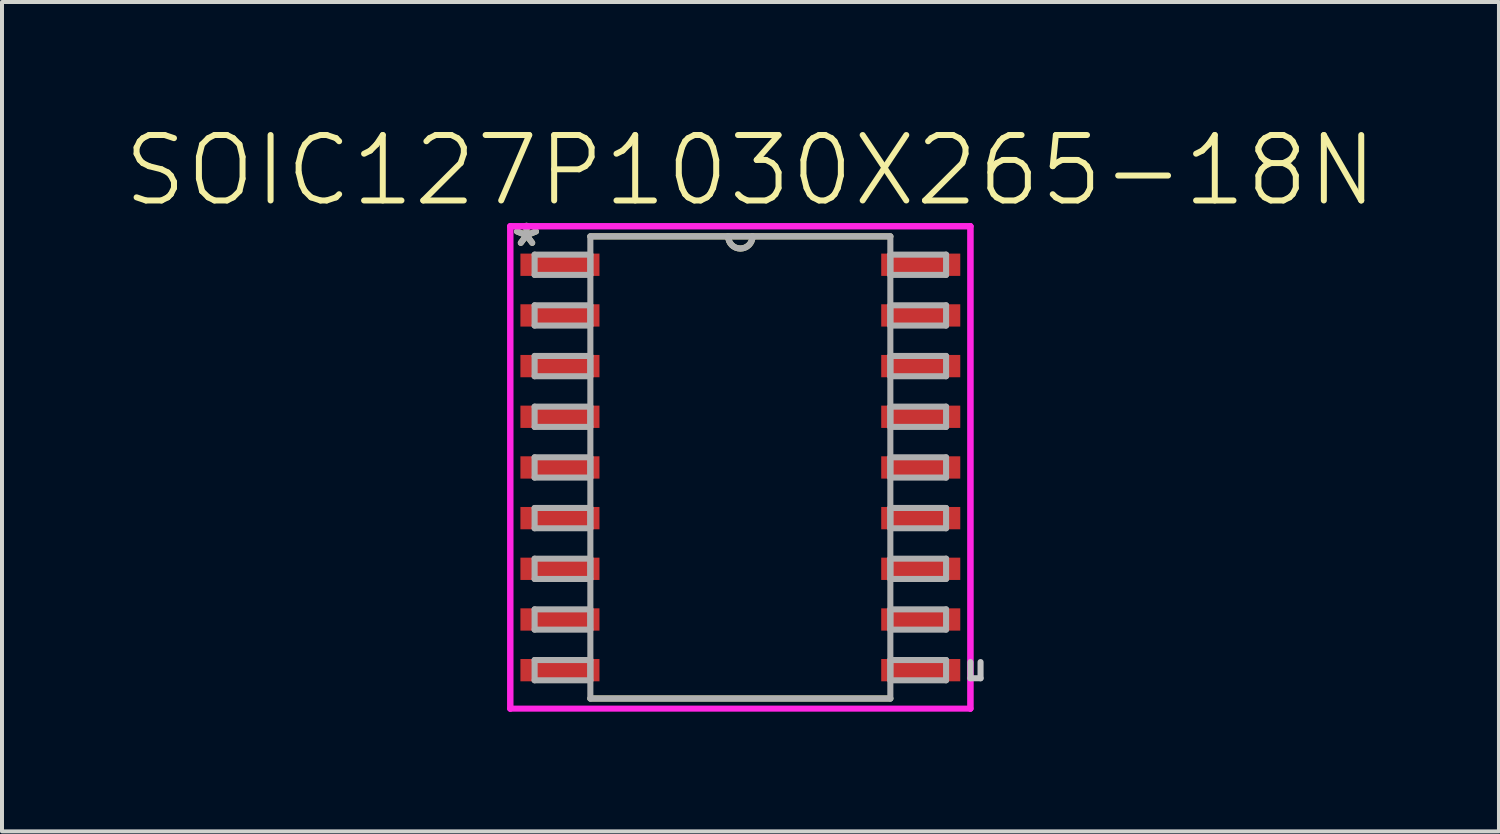
<source format=kicad_pcb>
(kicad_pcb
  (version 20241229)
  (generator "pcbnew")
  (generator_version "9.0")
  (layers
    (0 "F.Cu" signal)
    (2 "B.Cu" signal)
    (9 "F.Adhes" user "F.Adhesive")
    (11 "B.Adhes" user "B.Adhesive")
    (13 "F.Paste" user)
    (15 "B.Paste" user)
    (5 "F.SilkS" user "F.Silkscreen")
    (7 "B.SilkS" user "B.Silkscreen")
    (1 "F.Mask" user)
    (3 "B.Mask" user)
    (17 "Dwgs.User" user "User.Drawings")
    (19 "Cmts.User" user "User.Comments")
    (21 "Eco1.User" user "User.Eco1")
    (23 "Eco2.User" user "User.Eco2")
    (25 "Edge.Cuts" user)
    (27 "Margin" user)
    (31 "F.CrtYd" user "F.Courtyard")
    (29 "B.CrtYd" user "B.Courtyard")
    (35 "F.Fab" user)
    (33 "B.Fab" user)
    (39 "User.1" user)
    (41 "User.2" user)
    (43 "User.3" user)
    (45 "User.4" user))
  (footprint "SOIC127P1030X265-18N"
    (layer "F.Cu")
    (at 15.504 8.665)
    (property "Reference" "SOIC127P1030X265-18N" (at 0.254 -7.442 0) (layer "F.SilkS") (effects (font (size 1.64 1.64) (thickness 0.15))))
    (attr through_hole)
    (fp_line (start -3.759 5.791) (end 3.759 5.791) (stroke (width 0.152) (type solid)) (layer "F.SilkS"))
    (fp_line (start 3.759 -5.791) (end -3.759 -5.791) (stroke (width 0.152) (type solid)) (layer "F.SilkS"))
    (fp_arc (start 0.3048 -5.7912) (mid 0 -5.4864) (end -0.3048 -5.7912) (stroke (width 0.1524) (type solid)) (layer "F.SilkS"))
    (fp_line (start 5.766 5.283) (end 5.766 4.877) (stroke (width 0.152) (type solid)) (layer "Dwgs.User"))
    (fp_line (start 6.02 4.877) (end 6.02 5.283) (stroke (width 0.152) (type solid)) (layer "Dwgs.User"))
    (fp_line (start 6.02 5.283) (end 5.766 5.283) (stroke (width 0.152) (type solid)) (layer "Dwgs.User"))
    (fp_line (start -5.766 -6.045) (end 5.766 -6.045) (stroke (width 0.152) (type solid)) (layer "F.CrtYd"))
    (fp_line (start -5.766 -6.045) (end 5.766 -6.045) (stroke (width 0.152) (type solid)) (layer "F.CrtYd"))
    (fp_line (start -5.766 6.045) (end -5.766 -6.045) (stroke (width 0.152) (type solid)) (layer "F.CrtYd"))
    (fp_line (start -5.766 6.045) (end -5.766 -6.045) (stroke (width 0.152) (type solid)) (layer "F.CrtYd"))
    (fp_line (start 5.766 -6.045) (end 5.766 6.045) (stroke (width 0.152) (type solid)) (layer "F.CrtYd"))
    (fp_line (start 5.766 -6.045) (end 5.766 6.045) (stroke (width 0.152) (type solid)) (layer "F.CrtYd"))
    (fp_line (start 5.766 6.045) (end -5.766 6.045) (stroke (width 0.152) (type solid)) (layer "F.CrtYd"))
    (fp_line (start -5.156 -5.334) (end -5.156 -4.826) (stroke (width 0.152) (type solid)) (layer "F.Fab"))
    (fp_line (start -5.156 -4.826) (end -3.759 -4.826) (stroke (width 0.152) (type solid)) (layer "F.Fab"))
    (fp_line (start -5.156 -4.064) (end -5.156 -3.556) (stroke (width 0.152) (type solid)) (layer "F.Fab"))
    (fp_line (start -5.156 -3.556) (end -3.759 -3.556) (stroke (width 0.152) (type solid)) (layer "F.Fab"))
    (fp_line (start -5.156 -2.794) (end -5.156 -2.286) (stroke (width 0.152) (type solid)) (layer "F.Fab"))
    (fp_line (start -5.156 -2.286) (end -3.759 -2.286) (stroke (width 0.152) (type solid)) (layer "F.Fab"))
    (fp_line (start -5.156 -1.524) (end -5.156 -1.016) (stroke (width 0.152) (type solid)) (layer "F.Fab"))
    (fp_line (start -5.156 -1.016) (end -3.759 -1.016) (stroke (width 0.152) (type solid)) (layer "F.Fab"))
    (fp_line (start -5.156 -0.254) (end -5.156 0.254) (stroke (width 0.152) (type solid)) (layer "F.Fab"))
    (fp_line (start -5.156 0.254) (end -3.759 0.254) (stroke (width 0.152) (type solid)) (layer "F.Fab"))
    (fp_line (start -5.156 1.016) (end -5.156 1.524) (stroke (width 0.152) (type solid)) (layer "F.Fab"))
    (fp_line (start -5.156 1.524) (end -3.759 1.524) (stroke (width 0.152) (type solid)) (layer "F.Fab"))
    (fp_line (start -5.156 2.286) (end -5.156 2.794) (stroke (width 0.152) (type solid)) (layer "F.Fab"))
    (fp_line (start -5.156 2.794) (end -3.759 2.794) (stroke (width 0.152) (type solid)) (layer "F.Fab"))
    (fp_line (start -5.156 3.556) (end -5.156 4.064) (stroke (width 0.152) (type solid)) (layer "F.Fab"))
    (fp_line (start -5.156 4.064) (end -3.759 4.064) (stroke (width 0.152) (type solid)) (layer "F.Fab"))
    (fp_line (start -5.156 4.826) (end -5.156 5.334) (stroke (width 0.152) (type solid)) (layer "F.Fab"))
    (fp_line (start -5.156 5.334) (end -3.759 5.334) (stroke (width 0.152) (type solid)) (layer "F.Fab"))
    (fp_line (start -3.759 -5.791) (end -3.759 5.791) (stroke (width 0.152) (type solid)) (layer "F.Fab"))
    (fp_line (start -3.759 -5.334) (end -5.156 -5.334) (stroke (width 0.152) (type solid)) (layer "F.Fab"))
    (fp_line (start -3.759 -4.826) (end -3.759 -5.334) (stroke (width 0.152) (type solid)) (layer "F.Fab"))
    (fp_line (start -3.759 -4.064) (end -5.156 -4.064) (stroke (width 0.152) (type solid)) (layer "F.Fab"))
    (fp_line (start -3.759 -3.556) (end -3.759 -4.064) (stroke (width 0.152) (type solid)) (layer "F.Fab"))
    (fp_line (start -3.759 -2.794) (end -5.156 -2.794) (stroke (width 0.152) (type solid)) (layer "F.Fab"))
    (fp_line (start -3.759 -2.286) (end -3.759 -2.794) (stroke (width 0.152) (type solid)) (layer "F.Fab"))
    (fp_line (start -3.759 -1.524) (end -5.156 -1.524) (stroke (width 0.152) (type solid)) (layer "F.Fab"))
    (fp_line (start -3.759 -1.016) (end -3.759 -1.524) (stroke (width 0.152) (type solid)) (layer "F.Fab"))
    (fp_line (start -3.759 -0.254) (end -5.156 -0.254) (stroke (width 0.152) (type solid)) (layer "F.Fab"))
    (fp_line (start -3.759 0.254) (end -3.759 -0.254) (stroke (width 0.152) (type solid)) (layer "F.Fab"))
    (fp_line (start -3.759 1.016) (end -5.156 1.016) (stroke (width 0.152) (type solid)) (layer "F.Fab"))
    (fp_line (start -3.759 1.524) (end -3.759 1.016) (stroke (width 0.152) (type solid)) (layer "F.Fab"))
    (fp_line (start -3.759 2.286) (end -5.156 2.286) (stroke (width 0.152) (type solid)) (layer "F.Fab"))
    (fp_line (start -3.759 2.794) (end -3.759 2.286) (stroke (width 0.152) (type solid)) (layer "F.Fab"))
    (fp_line (start -3.759 3.556) (end -5.156 3.556) (stroke (width 0.152) (type solid)) (layer "F.Fab"))
    (fp_line (start -3.759 4.064) (end -3.759 3.556) (stroke (width 0.152) (type solid)) (layer "F.Fab"))
    (fp_line (start -3.759 4.826) (end -5.156 4.826) (stroke (width 0.152) (type solid)) (layer "F.Fab"))
    (fp_line (start -3.759 5.334) (end -3.759 4.826) (stroke (width 0.152) (type solid)) (layer "F.Fab"))
    (fp_line (start -3.759 5.791) (end 3.759 5.791) (stroke (width 0.152) (type solid)) (layer "F.Fab"))
    (fp_line (start 3.759 -5.791) (end -3.759 -5.791) (stroke (width 0.152) (type solid)) (layer "F.Fab"))
    (fp_line (start 3.759 -5.334) (end 3.759 -4.826) (stroke (width 0.152) (type solid)) (layer "F.Fab"))
    (fp_line (start 3.759 -4.826) (end 5.156 -4.826) (stroke (width 0.152) (type solid)) (layer "F.Fab"))
    (fp_line (start 3.759 -4.064) (end 3.759 -3.556) (stroke (width 0.152) (type solid)) (layer "F.Fab"))
    (fp_line (start 3.759 -3.556) (end 5.156 -3.556) (stroke (width 0.152) (type solid)) (layer "F.Fab"))
    (fp_line (start 3.759 -2.794) (end 3.759 -2.286) (stroke (width 0.152) (type solid)) (layer "F.Fab"))
    (fp_line (start 3.759 -2.286) (end 5.156 -2.286) (stroke (width 0.152) (type solid)) (layer "F.Fab"))
    (fp_line (start 3.759 -1.524) (end 3.759 -1.016) (stroke (width 0.152) (type solid)) (layer "F.Fab"))
    (fp_line (start 3.759 -1.016) (end 5.156 -1.016) (stroke (width 0.152) (type solid)) (layer "F.Fab"))
    (fp_line (start 3.759 -0.254) (end 3.759 0.254) (stroke (width 0.152) (type solid)) (layer "F.Fab"))
    (fp_line (start 3.759 0.254) (end 5.156 0.254) (stroke (width 0.152) (type solid)) (layer "F.Fab"))
    (fp_line (start 3.759 1.016) (end 3.759 1.524) (stroke (width 0.152) (type solid)) (layer "F.Fab"))
    (fp_line (start 3.759 1.524) (end 5.156 1.524) (stroke (width 0.152) (type solid)) (layer "F.Fab"))
    (fp_line (start 3.759 2.286) (end 3.759 2.794) (stroke (width 0.152) (type solid)) (layer "F.Fab"))
    (fp_line (start 3.759 2.794) (end 5.156 2.794) (stroke (width 0.152) (type solid)) (layer "F.Fab"))
    (fp_line (start 3.759 3.556) (end 3.759 4.064) (stroke (width 0.152) (type solid)) (layer "F.Fab"))
    (fp_line (start 3.759 4.064) (end 5.156 4.064) (stroke (width 0.152) (type solid)) (layer "F.Fab"))
    (fp_line (start 3.759 4.826) (end 3.759 5.334) (stroke (width 0.152) (type solid)) (layer "F.Fab"))
    (fp_line (start 3.759 5.334) (end 5.156 5.334) (stroke (width 0.152) (type solid)) (layer "F.Fab"))
    (fp_line (start 3.759 5.791) (end 3.759 -5.791) (stroke (width 0.152) (type solid)) (layer "F.Fab"))
    (fp_line (start 5.156 -5.334) (end 3.759 -5.334) (stroke (width 0.152) (type solid)) (layer "F.Fab"))
    (fp_line (start 5.156 -4.826) (end 5.156 -5.334) (stroke (width 0.152) (type solid)) (layer "F.Fab"))
    (fp_line (start 5.156 -4.064) (end 3.759 -4.064) (stroke (width 0.152) (type solid)) (layer "F.Fab"))
    (fp_line (start 5.156 -3.556) (end 5.156 -4.064) (stroke (width 0.152) (type solid)) (layer "F.Fab"))
    (fp_line (start 5.156 -2.794) (end 3.759 -2.794) (stroke (width 0.152) (type solid)) (layer "F.Fab"))
    (fp_line (start 5.156 -2.286) (end 5.156 -2.794) (stroke (width 0.152) (type solid)) (layer "F.Fab"))
    (fp_line (start 5.156 -1.524) (end 3.759 -1.524) (stroke (width 0.152) (type solid)) (layer "F.Fab"))
    (fp_line (start 5.156 -1.016) (end 5.156 -1.524) (stroke (width 0.152) (type solid)) (layer "F.Fab"))
    (fp_line (start 5.156 -0.254) (end 3.759 -0.254) (stroke (width 0.152) (type solid)) (layer "F.Fab"))
    (fp_line (start 5.156 0.254) (end 5.156 -0.254) (stroke (width 0.152) (type solid)) (layer "F.Fab"))
    (fp_line (start 5.156 1.016) (end 3.759 1.016) (stroke (width 0.152) (type solid)) (layer "F.Fab"))
    (fp_line (start 5.156 1.524) (end 5.156 1.016) (stroke (width 0.152) (type solid)) (layer "F.Fab"))
    (fp_line (start 5.156 2.286) (end 3.759 2.286) (stroke (width 0.152) (type solid)) (layer "F.Fab"))
    (fp_line (start 5.156 2.794) (end 5.156 2.286) (stroke (width 0.152) (type solid)) (layer "F.Fab"))
    (fp_line (start 5.156 3.556) (end 3.759 3.556) (stroke (width 0.152) (type solid)) (layer "F.Fab"))
    (fp_line (start 5.156 4.064) (end 5.156 3.556) (stroke (width 0.152) (type solid)) (layer "F.Fab"))
    (fp_line (start 5.156 4.826) (end 3.759 4.826) (stroke (width 0.152) (type solid)) (layer "F.Fab"))
    (fp_line (start 5.156 5.334) (end 5.156 4.826) (stroke (width 0.152) (type solid)) (layer "F.Fab"))
    (fp_arc (start 0.3048 -5.7912) (mid 0 -5.4864) (end -0.3048 -5.7912) (stroke (width 0.1524) (type solid)) (layer "F.Fab"))
    (fp_text user "*" (at -5.359 -5.512 0) (layer "F.SilkS") (effects (font (size 1 1) (thickness 0.15))))
    (fp_text user "*" (at -5.359 -5.512 0) (layer "F.Fab") (effects (font (size 1 1) (thickness 0.15))))
    (pad "1" smd rect (at -4.521 -5.08) (size 1.981 0.559) (layers "F.Cu" "F.Mask" "F.Paste"))
    (pad "2" smd rect (at -4.521 -3.81) (size 1.981 0.559) (layers "F.Cu" "F.Mask" "F.Paste"))
    (pad "3" smd rect (at -4.521 -2.54) (size 1.981 0.559) (layers "F.Cu" "F.Mask" "F.Paste"))
    (pad "4" smd rect (at -4.521 -1.27) (size 1.981 0.559) (layers "F.Cu" "F.Mask" "F.Paste"))
    (pad "5" smd rect (at -4.521 0) (size 1.981 0.559) (layers "F.Cu" "F.Mask" "F.Paste"))
    (pad "6" smd rect (at -4.521 1.27) (size 1.981 0.559) (layers "F.Cu" "F.Mask" "F.Paste"))
    (pad "7" smd rect (at -4.521 2.54) (size 1.981 0.559) (layers "F.Cu" "F.Mask" "F.Paste"))
    (pad "8" smd rect (at -4.521 3.81) (size 1.981 0.559) (layers "F.Cu" "F.Mask" "F.Paste"))
    (pad "9" smd rect (at -4.521 5.08) (size 1.981 0.559) (layers "F.Cu" "F.Mask" "F.Paste"))
    (pad "10" smd rect (at 4.521 5.08) (size 1.981 0.559) (layers "F.Cu" "F.Mask" "F.Paste"))
    (pad "11" smd rect (at 4.521 3.81) (size 1.981 0.559) (layers "F.Cu" "F.Mask" "F.Paste"))
    (pad "12" smd rect (at 4.521 2.54) (size 1.981 0.559) (layers "F.Cu" "F.Mask" "F.Paste"))
    (pad "13" smd rect (at 4.521 1.27) (size 1.981 0.559) (layers "F.Cu" "F.Mask" "F.Paste"))
    (pad "14" smd rect (at 4.521 0) (size 1.981 0.559) (layers "F.Cu" "F.Mask" "F.Paste"))
    (pad "15" smd rect (at 4.521 -1.27) (size 1.981 0.559) (layers "F.Cu" "F.Mask" "F.Paste"))
    (pad "16" smd rect (at 4.521 -2.54) (size 1.981 0.559) (layers "F.Cu" "F.Mask" "F.Paste"))
    (pad "17" smd rect (at 4.521 -3.81) (size 1.981 0.559) (layers "F.Cu" "F.Mask" "F.Paste"))
    (pad "18" smd rect (at 4.521 -5.08) (size 1.981 0.559) (layers "F.Cu" "F.Mask" "F.Paste")))
  (gr_rect
    (start -3 -3)
    (end 34.516 17.786)
    (stroke (width 0.1) (type default))
    (fill no)
    (layer "Edge.Cuts")))
</source>
